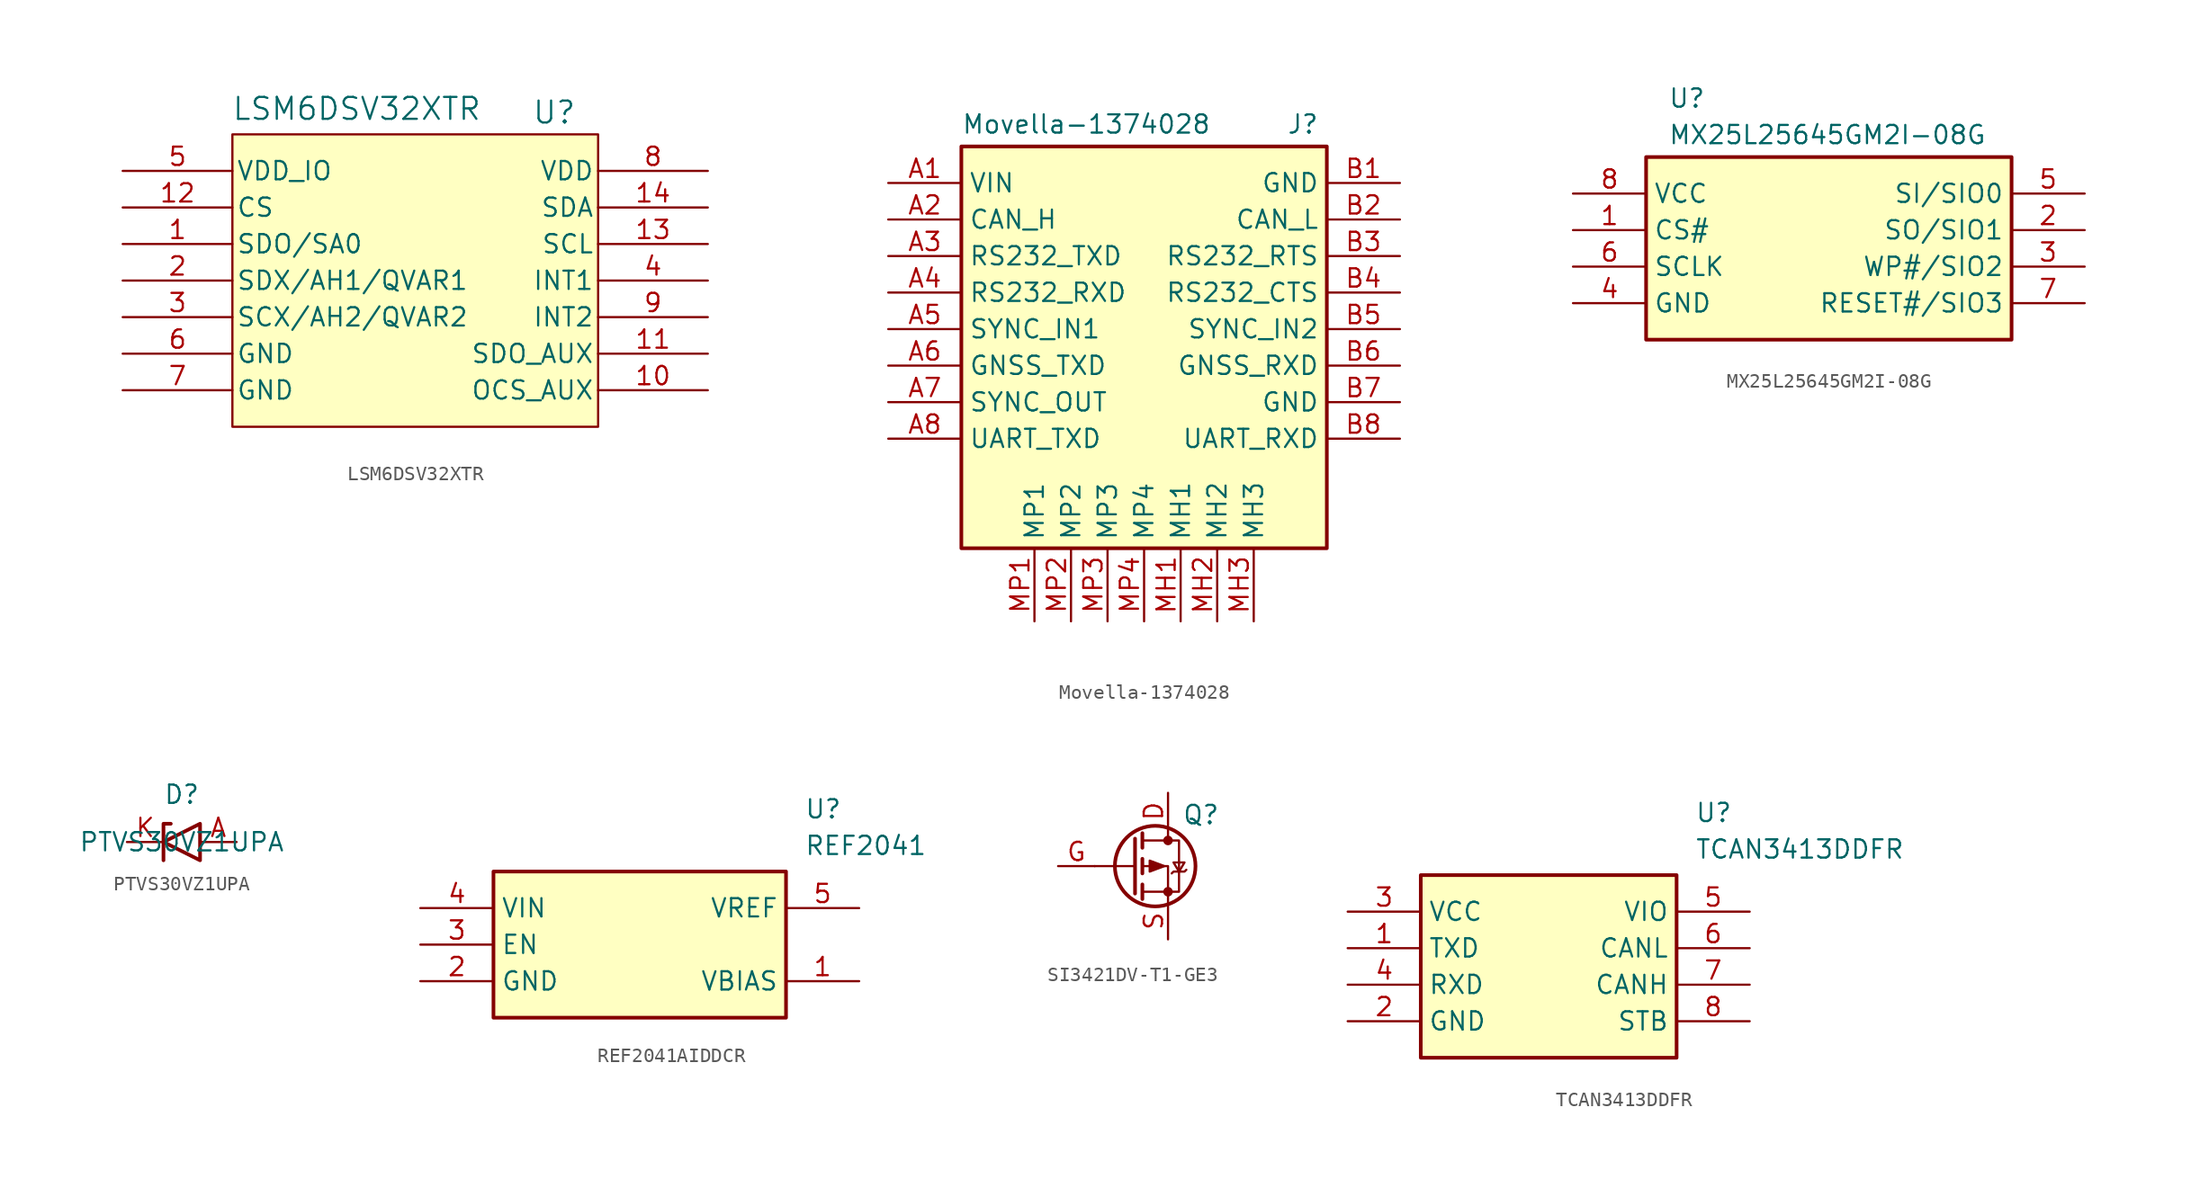
<source format=kicad_sym>
(kicad_symbol_lib
  (version 20241209)
  (generator "kicad_symbol_editor")
  (generator_version "9.0")
  (symbol "LSM6DSV32XTR"
    (pin_names
      (offset 0.254))
    (property "Reference" "U"
      (at 5.842 11.684 0)
      (effects (font (size 1.524 1.524))))
    (property "Value" "LSM6DSV32XTR"
      (at -7.874 11.938 0)
      (effects (font (size 1.524 1.524))))
    (property "ki_locked" ""
      (at 0 0 0)
      (effects (font (size 1.27 1.27))))
    (symbol "LSM6DSV32XTR_0_1"
      (pin unspecified line (at -24.13 5.08 0) (length 7.62) (name "CS" (effects (font (size 1.27 1.27)))) (number "12" (effects (font (size 1.27 1.27)))))
      (pin unspecified line (at -24.13 2.54 0) (length 7.62) (name "SDO/SA0" (effects (font (size 1.27 1.27)))) (number "1" (effects (font (size 1.27 1.27)))))
      (pin unspecified line (at -24.13 0 0) (length 7.62) (name "SDX/AH1/QVAR1" (effects (font (size 1.27 1.27)))) (number "2" (effects (font (size 1.27 1.27)))))
      (pin unspecified line (at -24.13 -2.54 0) (length 7.62) (name "SCX/AH2/QVAR2" (effects (font (size 1.27 1.27)))) (number "3" (effects (font (size 1.27 1.27)))))
      (pin unspecified line (at 16.51 5.08 180) (length 7.62) (name "SDA" (effects (font (size 1.27 1.27)))) (number "14" (effects (font (size 1.27 1.27)))))
      (pin unspecified line (at 16.51 2.54 180) (length 7.62) (name "SCL" (effects (font (size 1.27 1.27)))) (number "13" (effects (font (size 1.27 1.27)))))
      (pin unspecified line (at 16.51 -5.08 180) (length 7.62) (name "SDO_AUX" (effects (font (size 1.27 1.27)))) (number "11" (effects (font (size 1.27 1.27)))))
      (pin unspecified line (at 16.51 -7.62 180) (length 7.62) (name "OCS_AUX" (effects (font (size 1.27 1.27)))) (number "10" (effects (font (size 1.27 1.27))))))
    (symbol "LSM6DSV32XTR_1_1"
      (rectangle (start -16.51 10.16) (end 8.89 -10.16) (stroke (width 0) (type default)) (fill (type background)))
      (pin unspecified line (at -24.13 7.62 0) (length 7.62) (name "VDD_IO" (effects (font (size 1.27 1.27)))) (number "5" (effects (font (size 1.27 1.27)))))
      (pin unspecified line (at -24.13 -5.08 0) (length 7.62) (name "GND" (effects (font (size 1.27 1.27)))) (number "6" (effects (font (size 1.27 1.27)))))
      (pin unspecified line (at -24.13 -7.62 0) (length 7.62) (name "GND" (effects (font (size 1.27 1.27)))) (number "7" (effects (font (size 1.27 1.27)))))
      (pin unspecified line (at 16.51 7.62 180) (length 7.62) (name "VDD" (effects (font (size 1.27 1.27)))) (number "8" (effects (font (size 1.27 1.27)))))
      (pin unspecified line (at 16.51 0 180) (length 7.62) (name "INT1" (effects (font (size 1.27 1.27)))) (number "4" (effects (font (size 1.27 1.27)))))
      (pin unspecified line (at 16.51 -2.54 180) (length 7.62) (name "INT2" (effects (font (size 1.27 1.27)))) (number "9" (effects (font (size 1.27 1.27)))))))
  (symbol "Movella-1374028"
    (property "Reference" "J"
      (at 9.906 16.256 0)
      (effects (font (size 1.27 1.27)) (justify left top)))
    (property "Value" "Movella-1374028"
      (at -12.7 16.256 0)
      (effects (font (size 1.27 1.27)) (justify left top)))
    (symbol "Movella-1374028_1_1"
      (rectangle (start -12.7 13.97) (end 12.7 -13.97) (stroke (width 0.254) (type default)) (fill (type background)))
      (pin passive line (at -17.78 11.43 0) (length 5.08) (name "VIN" (effects (font (size 1.27 1.27)))) (number "A1" (effects (font (size 1.27 1.27)))))
      (pin passive line (at -17.78 8.89 0) (length 5.08) (name "CAN_H" (effects (font (size 1.27 1.27)))) (number "A2" (effects (font (size 1.27 1.27)))))
      (pin passive line (at -17.78 6.35 0) (length 5.08) (name "RS232_TXD" (effects (font (size 1.27 1.27)))) (number "A3" (effects (font (size 1.27 1.27)))))
      (pin passive line (at -17.78 3.81 0) (length 5.08) (name "RS232_RXD" (effects (font (size 1.27 1.27)))) (number "A4" (effects (font (size 1.27 1.27)))))
      (pin passive line (at -17.78 1.27 0) (length 5.08) (name "SYNC_IN1" (effects (font (size 1.27 1.27)))) (number "A5" (effects (font (size 1.27 1.27)))))
      (pin passive line (at -17.78 -1.27 0) (length 5.08) (name "GNSS_TXD" (effects (font (size 1.27 1.27)))) (number "A6" (effects (font (size 1.27 1.27)))))
      (pin passive line (at -17.78 -3.81 0) (length 5.08) (name "SYNC_OUT" (effects (font (size 1.27 1.27)))) (number "A7" (effects (font (size 1.27 1.27)))))
      (pin passive line (at -17.78 -6.35 0) (length 5.08) (name "UART_TXD" (effects (font (size 1.27 1.27)))) (number "A8" (effects (font (size 1.27 1.27)))))
      (pin passive line (at -7.62 -19.05 90) (length 5.08) (name "MP1" (effects (font (size 1.27 1.27)))) (number "MP1" (effects (font (size 1.27 1.27)))))
      (pin passive line (at -5.08 -19.05 90) (length 5.08) (name "MP2" (effects (font (size 1.27 1.27)))) (number "MP2" (effects (font (size 1.27 1.27)))))
      (pin passive line (at -2.54 -19.05 90) (length 5.08) (name "MP3" (effects (font (size 1.27 1.27)))) (number "MP3" (effects (font (size 1.27 1.27)))))
      (pin passive line (at 0 -19.05 90) (length 5.08) (name "MP4" (effects (font (size 1.27 1.27)))) (number "MP4" (effects (font (size 1.27 1.27)))))
      (pin passive line (at 2.54 -19.05 90) (length 5.08) (name "MH1" (effects (font (size 1.27 1.27)))) (number "MH1" (effects (font (size 1.27 1.27)))))
      (pin passive line (at 5.08 -19.05 90) (length 5.08) (name "MH2" (effects (font (size 1.27 1.27)))) (number "MH2" (effects (font (size 1.27 1.27)))))
      (pin passive line (at 7.62 -19.05 90) (length 5.08) (name "MH3" (effects (font (size 1.27 1.27)))) (number "MH3" (effects (font (size 1.27 1.27)))))
      (pin passive line (at 17.78 11.43 180) (length 5.08) (name "GND" (effects (font (size 1.27 1.27)))) (number "B1" (effects (font (size 1.27 1.27)))))
      (pin passive line (at 17.78 8.89 180) (length 5.08) (name "CAN_L" (effects (font (size 1.27 1.27)))) (number "B2" (effects (font (size 1.27 1.27)))))
      (pin passive line (at 17.78 6.35 180) (length 5.08) (name "RS232_RTS" (effects (font (size 1.27 1.27)))) (number "B3" (effects (font (size 1.27 1.27)))))
      (pin passive line (at 17.78 3.81 180) (length 5.08) (name "RS232_CTS" (effects (font (size 1.27 1.27)))) (number "B4" (effects (font (size 1.27 1.27)))))
      (pin passive line (at 17.78 1.27 180) (length 5.08) (name "SYNC_IN2" (effects (font (size 1.27 1.27)))) (number "B5" (effects (font (size 1.27 1.27)))))
      (pin passive line (at 17.78 -1.27 180) (length 5.08) (name "GNSS_RXD" (effects (font (size 1.27 1.27)))) (number "B6" (effects (font (size 1.27 1.27)))))
      (pin passive line (at 17.78 -3.81 180) (length 5.08) (name "GND" (effects (font (size 1.27 1.27)))) (number "B7" (effects (font (size 1.27 1.27)))))
      (pin passive line (at 17.78 -6.35 180) (length 5.08) (name "UART_RXD" (effects (font (size 1.27 1.27)))) (number "B8" (effects (font (size 1.27 1.27)))))))
  (symbol "MX25L25645GM2I-08G"
    (property "Reference" "U"
      (at 6.604 7.366 0)
      (effects (font (size 1.27 1.27)) (justify left top)))
    (property "Value" "MX25L25645GM2I-08G"
      (at 6.604 4.826 0)
      (effects (font (size 1.27 1.27)) (justify left top)))
    (symbol "MX25L25645GM2I-08G_1_1"
      (rectangle (start 5.08 2.54) (end 30.48 -10.16) (stroke (width 0.254) (type default)) (fill (type background)))
      (pin passive line (at 0 0 0) (length 5.08) (name "VCC" (effects (font (size 1.27 1.27)))) (number "8" (effects (font (size 1.27 1.27)))))
      (pin passive line (at 0 -2.54 0) (length 5.08) (name "CS#" (effects (font (size 1.27 1.27)))) (number "1" (effects (font (size 1.27 1.27)))))
      (pin passive line (at 0 -5.08 0) (length 5.08) (name "SCLK" (effects (font (size 1.27 1.27)))) (number "6" (effects (font (size 1.27 1.27)))))
      (pin passive line (at 0 -7.62 0) (length 5.08) (name "GND" (effects (font (size 1.27 1.27)))) (number "4" (effects (font (size 1.27 1.27)))))
      (pin passive line (at 35.56 0 180) (length 5.08) (name "SI/SIO0" (effects (font (size 1.27 1.27)))) (number "5" (effects (font (size 1.27 1.27)))))
      (pin passive line (at 35.56 -2.54 180) (length 5.08) (name "SO/SIO1" (effects (font (size 1.27 1.27)))) (number "2" (effects (font (size 1.27 1.27)))))
      (pin passive line (at 35.56 -5.08 180) (length 5.08) (name "WP#/SIO2" (effects (font (size 1.27 1.27)))) (number "3" (effects (font (size 1.27 1.27)))))
      (pin passive line (at 35.56 -7.62 180) (length 5.08) (name "RESET#/SIO3" (effects (font (size 1.27 1.27)))) (number "7" (effects (font (size 1.27 1.27)))))))
  (symbol "PTVS30VZ1UPA"
    (property "Reference" "D"
      (at 0 3.302 0)
      (effects (font (size 1.27 1.27))))
    (property "Value" "PTVS30VZ1UPA"
      (at 0 0 0)
      (effects (font (size 1.27 1.27))))
    (symbol "PTVS30VZ1UPA_0_1"
      (polyline (pts (xy -0.762 1.27) (xy -1.27 1.27) (xy -1.27 -1.27)) (stroke (width 0.254) (type default)) (fill (type none)))
      (polyline (pts (xy 1.27 1.27) (xy 1.27 -1.27) (xy -1.27 0) (xy 1.27 1.27)) (stroke (width 0.254) (type default)) (fill (type none))))
    (symbol "PTVS30VZ1UPA_1_1"
      (pin passive line (at -3.81 0 0) (length 2.54) (name "" (effects (font (size 1.27 1.27)))) (number "K" (effects (font (size 1.27 1.27)))))
      (pin passive line (at 3.81 0 180) (length 2.54) (name "" (effects (font (size 1.27 1.27)))) (number "A" (effects (font (size 1.27 1.27)))))))
  (symbol "REF2041AIDDCR"
    (property "Reference" "U"
      (at 26.67 7.62 0)
      (effects (font (size 1.27 1.27)) (justify left top)))
    (property "Value" "REF2041"
      (at 26.67 5.08 0)
      (effects (font (size 1.27 1.27)) (justify left top)))
    (symbol "REF2041AIDDCR_1_1"
      (rectangle (start 5.08 2.54) (end 25.4 -7.62) (stroke (width 0.254) (type default)) (fill (type background)))
      (pin passive line (at 0 0 0) (length 5.08) (name "VIN" (effects (font (size 1.27 1.27)))) (number "4" (effects (font (size 1.27 1.27)))))
      (pin passive line (at 0 -2.54 0) (length 5.08) (name "EN" (effects (font (size 1.27 1.27)))) (number "3" (effects (font (size 1.27 1.27)))))
      (pin passive line (at 0 -5.08 0) (length 5.08) (name "GND" (effects (font (size 1.27 1.27)))) (number "2" (effects (font (size 1.27 1.27)))))
      (pin passive line (at 30.48 0 180) (length 5.08) (name "VREF" (effects (font (size 1.27 1.27)))) (number "5" (effects (font (size 1.27 1.27)))))
      (pin passive line (at 30.48 -5.08 180) (length 5.08) (name "VBIAS" (effects (font (size 1.27 1.27)))) (number "1" (effects (font (size 1.27 1.27)))))))
  (symbol "SI3421DV-T1-GE3"
    (property "Reference" "Q"
      (at 3.556 3.556 0)
      (effects (font (size 1.27 1.27))))
    (property "Value" ""
      (at 0 0 0)
      (effects (font (size 1.27 1.27))))
    (symbol "SI3421DV-T1-GE3_0_1"
      (polyline (pts (xy -1.016 1.905) (xy -1.016 -1.905)) (stroke (width 0.254) (type default)) (fill (type none)))
      (polyline (pts (xy -1.016 0) (xy -3.81 0)) (stroke (width 0) (type default)) (fill (type none)))
      (polyline (pts (xy -0.508 2.286) (xy -0.508 1.27)) (stroke (width 0.254) (type default)) (fill (type none)))
      (polyline (pts (xy -0.508 1.778) (xy 2.032 1.778) (xy 2.032 -1.778) (xy -0.508 -1.778)) (stroke (width 0) (type default)) (fill (type none)))
      (polyline (pts (xy -0.508 0.508) (xy -0.508 -0.508)) (stroke (width 0.254) (type default)) (fill (type none)))
      (polyline (pts (xy -0.508 -1.27) (xy -0.508 -2.286)) (stroke (width 0.254) (type default)) (fill (type none)))
      (circle (center 0.381 0) (radius 2.794) (stroke (width 0.254) (type default)) (fill (type none)))
      (polyline (pts (xy 1.016 0) (xy 0 0.381) (xy 0 -0.381) (xy 1.016 0)) (stroke (width 0) (type default)) (fill (type outline)))
      (polyline (pts (xy 1.27 2.54) (xy 1.27 1.778)) (stroke (width 0) (type default)) (fill (type none)))
      (circle (center 1.27 1.778) (radius 0.254) (stroke (width 0) (type default)) (fill (type outline)))
      (circle (center 1.27 -1.778) (radius 0.254) (stroke (width 0) (type default)) (fill (type outline)))
      (polyline (pts (xy 1.27 -2.54) (xy 1.27 0) (xy -0.508 0)) (stroke (width 0) (type default)) (fill (type none)))
      (polyline (pts (xy 1.524 -0.508) (xy 1.651 -0.381) (xy 2.413 -0.381) (xy 2.54 -0.254)) (stroke (width 0) (type default)) (fill (type none)))
      (polyline (pts (xy 2.032 -0.381) (xy 1.651 0.254) (xy 2.413 0.254) (xy 2.032 -0.381)) (stroke (width 0) (type default)) (fill (type none))))
    (symbol "SI3421DV-T1-GE3_1_1"
      (pin input line (at -6.35 0 0) (length 2.54) (name "" (effects (font (size 1.27 1.27)))) (number "G" (effects (font (size 1.27 1.27)))))
      (pin passive line (at 1.27 5.08 270) (length 2.54) (name "" (effects (font (size 1.27 1.27)))) (number "D" (effects (font (size 1.27 1.27)))))
      (pin passive line (at 1.27 -5.08 90) (length 2.54) (name "" (effects (font (size 1.27 1.27)))) (number "S" (effects (font (size 1.27 1.27)))))))
  (symbol "TCAN3413DDFR"
    (property "Reference" "U"
      (at 24.13 7.62 0)
      (effects (font (size 1.27 1.27)) (justify left top)))
    (property "Value" "TCAN3413DDFR"
      (at 24.13 5.08 0)
      (effects (font (size 1.27 1.27)) (justify left top)))
    (symbol "TCAN3413DDFR_1_1"
      (rectangle (start 5.08 2.54) (end 22.86 -10.16) (stroke (width 0.254) (type default)) (fill (type background)))
      (pin passive line (at 0 0 0) (length 5.08) (name "VCC" (effects (font (size 1.27 1.27)))) (number "3" (effects (font (size 1.27 1.27)))))
      (pin passive line (at 0 -2.54 0) (length 5.08) (name "TXD" (effects (font (size 1.27 1.27)))) (number "1" (effects (font (size 1.27 1.27)))))
      (pin passive line (at 0 -5.08 0) (length 5.08) (name "RXD" (effects (font (size 1.27 1.27)))) (number "4" (effects (font (size 1.27 1.27)))))
      (pin passive line (at 0 -7.62 0) (length 5.08) (name "GND" (effects (font (size 1.27 1.27)))) (number "2" (effects (font (size 1.27 1.27)))))
      (pin passive line (at 27.94 0 180) (length 5.08) (name "VIO" (effects (font (size 1.27 1.27)))) (number "5" (effects (font (size 1.27 1.27)))))
      (pin passive line (at 27.94 -2.54 180) (length 5.08) (name "CANL" (effects (font (size 1.27 1.27)))) (number "6" (effects (font (size 1.27 1.27)))))
      (pin passive line (at 27.94 -5.08 180) (length 5.08) (name "CANH" (effects (font (size 1.27 1.27)))) (number "7" (effects (font (size 1.27 1.27)))))
      (pin passive line (at 27.94 -7.62 180) (length 5.08) (name "STB" (effects (font (size 1.27 1.27)))) (number "8" (effects (font (size 1.27 1.27))))))))
</source>
